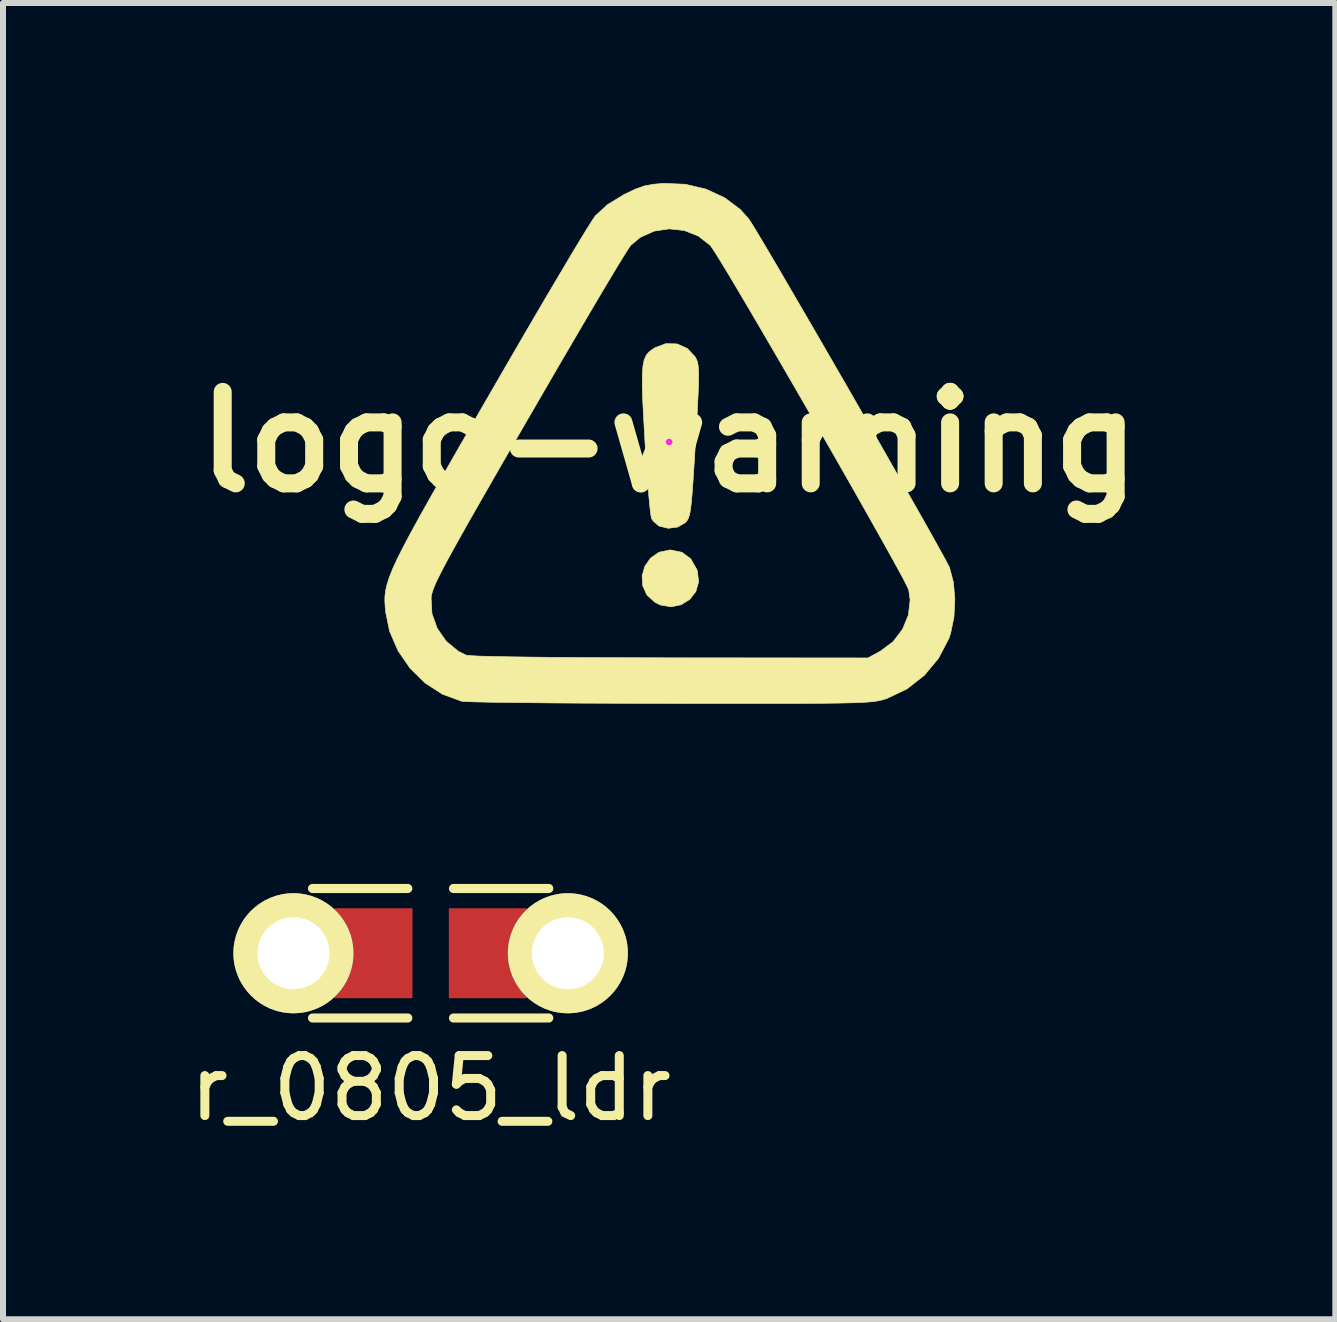
<source format=kicad_pcb>
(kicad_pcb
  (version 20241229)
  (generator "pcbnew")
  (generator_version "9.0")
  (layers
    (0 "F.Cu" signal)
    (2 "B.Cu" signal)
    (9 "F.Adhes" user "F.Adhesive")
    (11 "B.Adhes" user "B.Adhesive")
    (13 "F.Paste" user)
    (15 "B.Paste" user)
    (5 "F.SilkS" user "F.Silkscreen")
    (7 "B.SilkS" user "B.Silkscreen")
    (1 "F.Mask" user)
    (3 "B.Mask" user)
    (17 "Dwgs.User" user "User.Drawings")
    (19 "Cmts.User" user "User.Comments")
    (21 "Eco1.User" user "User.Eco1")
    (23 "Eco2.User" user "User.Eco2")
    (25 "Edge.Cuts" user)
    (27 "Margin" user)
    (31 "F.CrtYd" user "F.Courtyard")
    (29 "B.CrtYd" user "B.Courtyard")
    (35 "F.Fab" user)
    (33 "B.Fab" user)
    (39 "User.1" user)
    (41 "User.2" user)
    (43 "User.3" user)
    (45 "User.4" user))
  (footprint "logo-warning"
    (layer "F.Cu")
    (at 8.099 4.314)
    (property "Reference" "logo-warning" (at 0 0 0) (layer "F.SilkS") (effects (font (size 1.524 1.524) (thickness 0.3))))
    (attr through_hole)
    (fp_poly (pts (xy 0.211 1.837) (xy 0.359 1.946) (xy 0.461 2.125) (xy 0.468 2.144) (xy 0.491 2.328) (xy 0.445 2.491) (xy 0.343 2.622) (xy 0.202 2.711) (xy 0.035 2.746) (xy -0.143 2.717) (xy -0.236 2.672) (xy -0.371 2.548) (xy -0.441 2.395) (xy -0.451 2.229) (xy -0.405 2.07) (xy -0.309 1.933) (xy -0.169 1.837) (xy 0.012 1.799) (xy 0.021 1.799) (xy 0.211 1.837)) (stroke (width 0.01) (type solid)) (fill yes) (layer "F.SilkS"))
    (fp_poly (pts (xy 0.132 -1.634) (xy 0.3 -1.56) (xy 0.428 -1.425) (xy 0.447 -1.393) (xy 0.466 -1.35) (xy 0.479 -1.297) (xy 0.488 -1.224) (xy 0.492 -1.121) (xy 0.49 -0.98) (xy 0.482 -0.789) (xy 0.47 -0.538) (xy 0.452 -0.219) (xy 0.439 -0.007) (xy 0.417 0.352) (xy 0.399 0.637) (xy 0.383 0.857) (xy 0.368 1.02) (xy 0.354 1.139) (xy 0.337 1.22) (xy 0.318 1.276) (xy 0.295 1.314) (xy 0.269 1.344) (xy 0.142 1.417) (xy -0.015 1.438) (xy -0.164 1.402) (xy -0.179 1.394) (xy -0.263 1.32) (xy -0.293 1.277) (xy -0.305 1.217) (xy -0.321 1.084) (xy -0.34 0.889) (xy -0.36 0.643) (xy -0.38 0.359) (xy -0.4 0.048) (xy -0.404 -0.014) (xy -0.425 -0.396) (xy -0.441 -0.704) (xy -0.448 -0.946) (xy -0.447 -1.132) (xy -0.436 -1.27) (xy -0.415 -1.372) (xy -0.382 -1.445) (xy -0.336 -1.5) (xy -0.276 -1.546) (xy -0.236 -1.571) (xy -0.054 -1.639) (xy 0.132 -1.634)) (stroke (width 0.01) (type solid)) (fill yes) (layer "F.SilkS"))
    (fp_poly (pts (xy 0.27 -4.294) (xy 0.613 -4.213) (xy 0.923 -4.07) (xy 1.186 -3.873) (xy 1.325 -3.717) (xy 1.37 -3.649) (xy 1.453 -3.514) (xy 1.569 -3.32) (xy 1.714 -3.075) (xy 1.884 -2.785) (xy 2.075 -2.457) (xy 2.284 -2.099) (xy 2.505 -1.718) (xy 2.734 -1.321) (xy 2.969 -0.915) (xy 3.203 -0.507) (xy 3.435 -0.104) (xy 3.658 0.286) (xy 3.869 0.657) (xy 4.065 1.001) (xy 4.241 1.311) (xy 4.392 1.58) (xy 4.515 1.801) (xy 4.606 1.966) (xy 4.66 2.069) (xy 4.672 2.095) (xy 4.736 2.338) (xy 4.76 2.622) (xy 4.745 2.915) (xy 4.69 3.186) (xy 4.661 3.272) (xy 4.488 3.603) (xy 4.252 3.887) (xy 3.964 4.113) (xy 3.634 4.271) (xy 3.622 4.275) (xy 3.574 4.291) (xy 3.523 4.304) (xy 3.464 4.316) (xy 3.392 4.326) (xy 3.299 4.334) (xy 3.18 4.341) (xy 3.03 4.346) (xy 2.841 4.35) (xy 2.609 4.353) (xy 2.327 4.355) (xy 1.99 4.357) (xy 1.591 4.357) (xy 1.125 4.357) (xy 0.586 4.357) (xy 0.024 4.356) (xy -0.505 4.355) (xy -1.01 4.353) (xy -1.487 4.351) (xy -1.929 4.348) (xy -2.327 4.344) (xy -2.677 4.34) (xy -2.971 4.336) (xy -3.202 4.331) (xy -3.364 4.326) (xy -3.45 4.321) (xy -3.459 4.319) (xy -3.778 4.202) (xy -4.068 4.014) (xy -4.318 3.768) (xy -4.518 3.477) (xy -4.658 3.153) (xy -4.723 2.835) (xy -4.732 2.739) (xy -4.737 2.65) (xy -4.736 2.597) (xy -3.966 2.597) (xy -3.953 2.856) (xy -3.866 3.102) (xy -3.716 3.319) (xy -3.515 3.486) (xy -3.385 3.551) (xy -3.322 3.559) (xy -3.178 3.567) (xy -2.955 3.573) (xy -2.658 3.579) (xy -2.288 3.584) (xy -1.85 3.589) (xy -1.346 3.592) (xy -0.78 3.594) (xy -0.156 3.595) (xy 0.015 3.596) (xy 3.312 3.598) (xy 3.519 3.485) (xy 3.73 3.328) (xy 3.888 3.121) (xy 3.986 2.883) (xy 4.015 2.632) (xy 3.991 2.465) (xy 3.963 2.402) (xy 3.897 2.273) (xy 3.795 2.085) (xy 3.663 1.846) (xy 3.504 1.562) (xy 3.323 1.24) (xy 3.124 0.888) (xy 2.91 0.512) (xy 2.686 0.12) (xy 2.455 -0.281) (xy 2.223 -0.684) (xy 1.992 -1.083) (xy 1.768 -1.469) (xy 1.553 -1.837) (xy 1.353 -2.178) (xy 1.171 -2.486) (xy 1.012 -2.754) (xy 0.879 -2.974) (xy 0.776 -3.14) (xy 0.708 -3.244) (xy 0.685 -3.276) (xy 0.485 -3.432) (xy 0.25 -3.524) (xy -0.002 -3.551) (xy -0.251 -3.513) (xy -0.481 -3.41) (xy -0.641 -3.276) (xy -0.68 -3.22) (xy -0.758 -3.097) (xy -0.871 -2.912) (xy -1.015 -2.672) (xy -1.187 -2.383) (xy -1.383 -2.05) (xy -1.6 -1.68) (xy -1.835 -1.278) (xy -2.083 -0.851) (xy -2.341 -0.405) (xy -2.348 -0.394) (xy -2.649 0.127) (xy -2.91 0.58) (xy -3.134 0.971) (xy -3.324 1.303) (xy -3.482 1.584) (xy -3.612 1.818) (xy -3.717 2.01) (xy -3.798 2.165) (xy -3.86 2.289) (xy -3.905 2.387) (xy -3.935 2.464) (xy -3.954 2.526) (xy -3.964 2.577) (xy -3.966 2.597) (xy -4.736 2.597) (xy -4.735 2.561) (xy -4.723 2.469) (xy -4.699 2.367) (xy -4.661 2.25) (xy -4.606 2.112) (xy -4.531 1.948) (xy -4.433 1.754) (xy -4.31 1.522) (xy -4.16 1.248) (xy -3.98 0.927) (xy -3.767 0.552) (xy -3.519 0.119) (xy -3.233 -0.378) (xy -2.999 -0.783) (xy -2.738 -1.235) (xy -2.486 -1.669) (xy -2.247 -2.079) (xy -2.024 -2.459) (xy -1.82 -2.803) (xy -1.641 -3.105) (xy -1.489 -3.358) (xy -1.367 -3.557) (xy -1.28 -3.695) (xy -1.232 -3.766) (xy -1.23 -3.768) (xy -1.031 -3.952) (xy -0.75 -4.124) (xy -0.566 -4.212) (xy -0.414 -4.266) (xy -0.258 -4.295) (xy -0.09 -4.309) (xy 0.27 -4.294)) (stroke (width 0.01) (type solid)) (fill yes) (layer "F.SilkS"))
    (fp_circle (center 0 0) (end -0.03 0) (stroke (width 0.05) (type solid)) (fill no) (layer "F.CrtYd")))
  (footprint "r_0805_ldr"
    (layer "F.Cu")
    (at 4.125 12.832)
    (property "Reference" "r_0805_ldr" (at 0 2.25 180) (layer "F.SilkS") (effects (font (size 1 1) (thickness 0.15))))
    (attr smd)
    (fp_line (start -1.968 1.079) (end -0.381 1.079) (stroke (width 0.152) (type solid)) (layer "F.SilkS"))
    (fp_line (start -1.905 -1.079) (end -1.968 -1.079) (stroke (width 0.152) (type solid)) (layer "F.SilkS"))
    (fp_line (start -0.381 -1.079) (end -1.905 -1.079) (stroke (width 0.152) (type solid)) (layer "F.SilkS"))
    (fp_line (start 0.381 1.079) (end 1.968 1.079) (stroke (width 0.152) (type solid)) (layer "F.SilkS"))
    (fp_line (start 1.968 -1.079) (end 0.381 -1.079) (stroke (width 0.152) (type solid)) (layer "F.SilkS"))
    (pad "1" smd rect (at 0.953 0) (size 1.3 1.499) (layers "F.Cu" "F.Mask" "F.Paste"))
    (pad "1" thru_hole circle (at 2.286 0) (size 2 2) (drill 1.2) (layers "*.Cu" "*.Mask" "F.SilkS"))
    (pad "2" thru_hole circle (at -2.286 0) (size 2 2) (drill 1.2) (layers "*.Cu" "*.Mask" "F.SilkS"))
    (pad "2" smd rect (at -0.953 0) (size 1.3 1.499) (layers "F.Cu" "F.Mask" "F.Paste")))
  (gr_rect
    (start -3 -3)
    (end 19.198 18.93)
    (stroke (width 0.1) (type default))
    (fill no)
    (layer "Edge.Cuts")))
</source>
